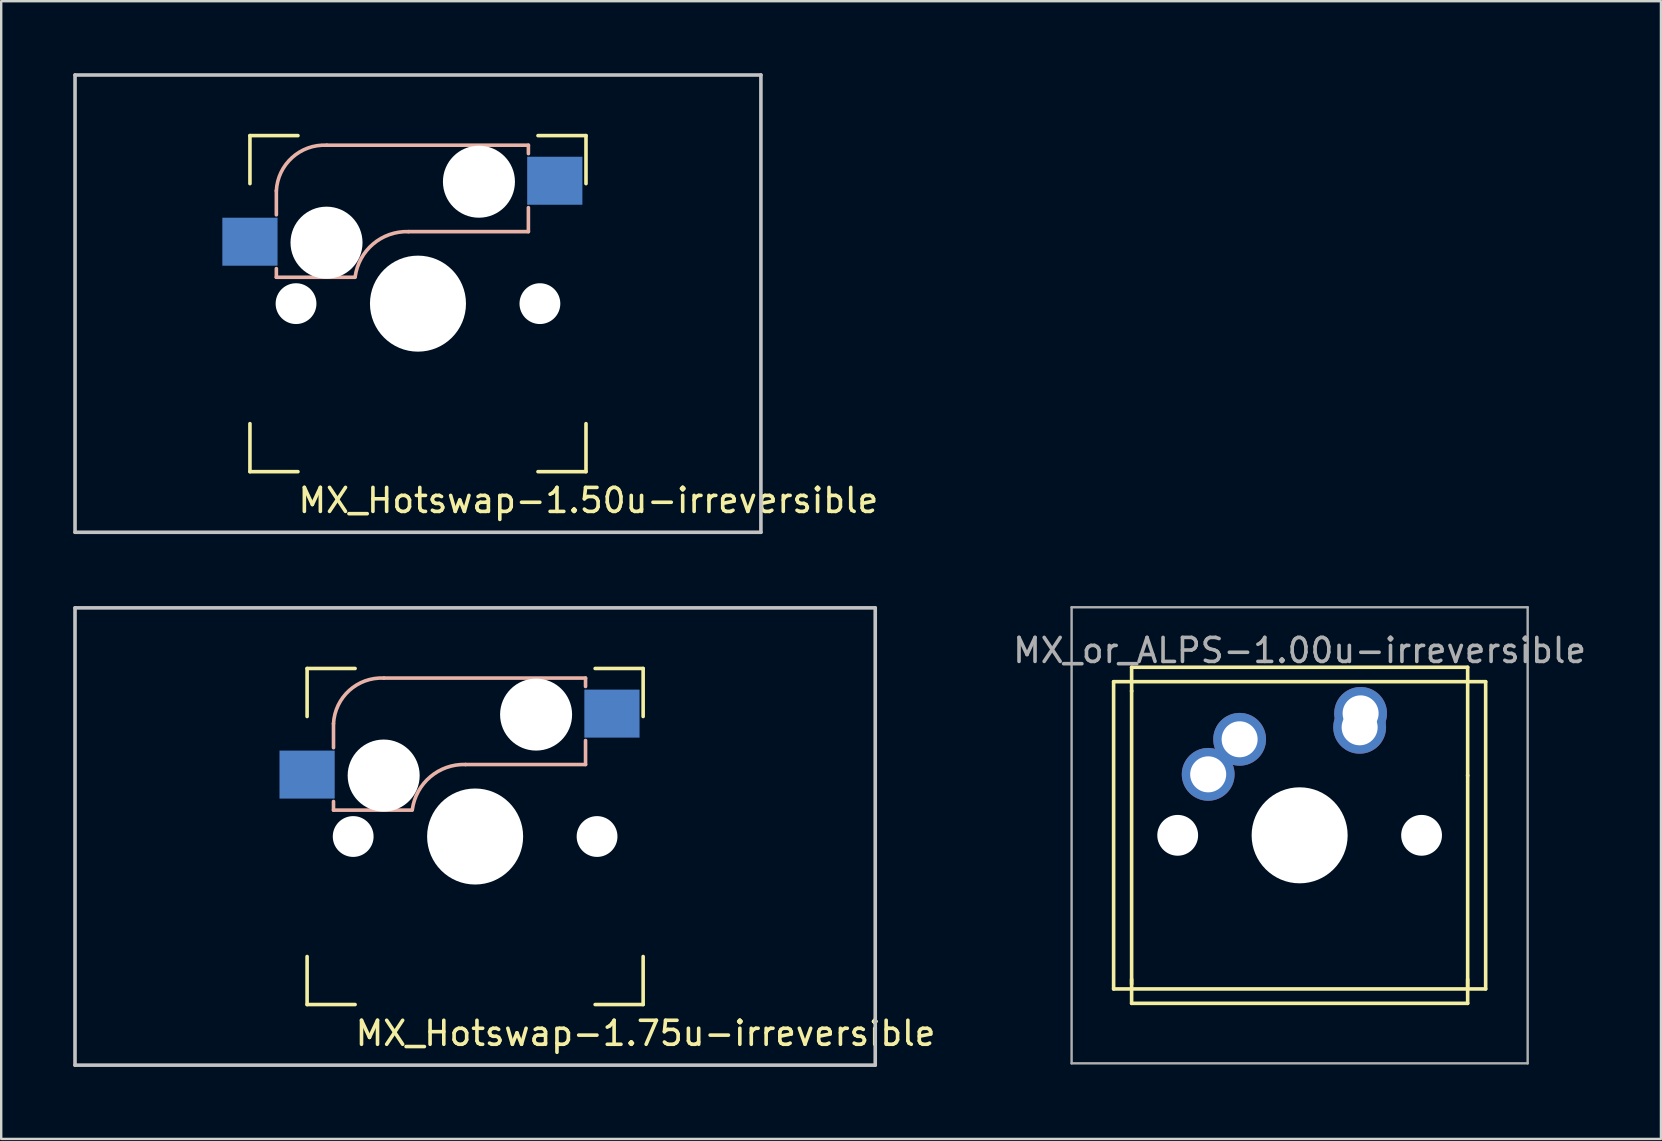
<source format=kicad_pcb>
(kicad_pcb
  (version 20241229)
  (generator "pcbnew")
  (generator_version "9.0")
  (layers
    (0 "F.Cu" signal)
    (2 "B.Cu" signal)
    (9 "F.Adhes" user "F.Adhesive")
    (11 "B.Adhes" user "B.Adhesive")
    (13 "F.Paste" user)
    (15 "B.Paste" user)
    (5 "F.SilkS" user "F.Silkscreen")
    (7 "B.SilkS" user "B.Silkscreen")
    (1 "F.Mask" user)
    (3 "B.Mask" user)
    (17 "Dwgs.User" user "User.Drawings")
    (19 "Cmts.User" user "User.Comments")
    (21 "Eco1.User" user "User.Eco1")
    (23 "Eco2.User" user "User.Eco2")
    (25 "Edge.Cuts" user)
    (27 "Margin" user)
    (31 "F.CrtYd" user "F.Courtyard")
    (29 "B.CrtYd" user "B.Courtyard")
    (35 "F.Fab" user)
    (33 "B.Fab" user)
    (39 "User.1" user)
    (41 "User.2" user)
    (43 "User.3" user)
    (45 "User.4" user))
  (footprint "MX_or_ALPS-1.00u-irreversible"
    (layer "F.Cu")
    (at 51.094 31.75)
    (property "Reference" "MX_or_ALPS-1.00u-irreversible" (at 0 -7.7 0) (layer "F.Fab") (effects (font (size 1 1) (thickness 0.15))))
    (attr through_hole)
    (fp_line (start -7.75 -6.4) (end 7.75 -6.4) (stroke (width 0.15) (type solid)) (layer "F.SilkS"))
    (fp_line (start -7.75 6.4) (end -7.75 -6.4) (stroke (width 0.15) (type solid)) (layer "F.SilkS"))
    (fp_line (start -7.75 6.4) (end 7.75 6.4) (stroke (width 0.15) (type solid)) (layer "F.SilkS"))
    (fp_line (start -7 -7) (end 7 -7) (stroke (width 0.15) (type solid)) (layer "F.SilkS"))
    (fp_line (start -7 -6.02) (end -7 6.198) (stroke (width 0.15) (type solid)) (layer "F.SilkS"))
    (fp_line (start -7 -6) (end -7 -7) (stroke (width 0.15) (type solid)) (layer "F.SilkS"))
    (fp_line (start -7 7) (end -7 6) (stroke (width 0.15) (type solid)) (layer "F.SilkS"))
    (fp_line (start -7 7) (end 7 7) (stroke (width 0.15) (type solid)) (layer "F.SilkS"))
    (fp_line (start 7 -2.5) (end 7 6.325) (stroke (width 0.15) (type solid)) (layer "F.SilkS"))
    (fp_line (start 7 -2.489) (end 7 -7) (stroke (width 0.15) (type solid)) (layer "F.SilkS"))
    (fp_line (start 7 7) (end 7 6) (stroke (width 0.15) (type solid)) (layer "F.SilkS"))
    (fp_line (start 7.75 6.4) (end 7.75 -6.4) (stroke (width 0.15) (type solid)) (layer "F.SilkS"))
    (fp_line (start -9.5 -9.5) (end 9.5 -9.5) (stroke (width 0.1) (type solid)) (layer "F.Fab"))
    (fp_line (start -9.5 9.5) (end -9.5 -9.5) (stroke (width 0.1) (type solid)) (layer "F.Fab"))
    (fp_line (start 9.5 -9.5) (end 9.5 9.5) (stroke (width 0.1) (type solid)) (layer "F.Fab"))
    (fp_line (start 9.5 9.5) (end -9.5 9.5) (stroke (width 0.1) (type solid)) (layer "F.Fab"))
    (pad "" np_thru_hole circle (at -5.08 0) (size 1.7 1.7) (drill 1.7) (layers "*.Cu" "*.Mask"))
    (pad "" np_thru_hole circle (at 0 0) (size 4 4) (drill 4) (layers "*.Cu" "*.Mask"))
    (pad "" np_thru_hole circle (at 5.08 0) (size 1.7 1.7) (drill 1.7) (layers "*.Cu" "*.Mask"))
    (pad "1" thru_hole circle (at -3.81 -2.54) (size 2.2 2.2) (drill 1.5) (layers "*.Cu" "*.Mask"))
    (pad "1" thru_hole circle (at -2.5 -4) (size 2.2 2.2) (drill 1.5) (layers "*.Cu" "*.Mask"))
    (pad "2" thru_hole circle (at 2.5 -4.5) (size 2.2 2.2) (drill 1.5) (layers "*.Cu" "*.Mask"))
    (pad "2" thru_hole circle (at 2.54 -5.08) (size 2.2 2.2) (drill 1.5) (layers "*.Cu" "*.Mask")))
  (footprint "MX_Hotswap-1.50u-irreversible"
    (layer "F.Cu")
    (at 14.363 9.6)
    (property "Reference" "MX_Hotswap-1.50u-irreversible" (at 7.1 8.2 0) (layer "F.SilkS") (effects (font (size 1 1) (thickness 0.15))))
    (attr through_hole)
    (fp_line (start -7 -7) (end -7 -5) (stroke (width 0.15) (type solid)) (layer "F.SilkS"))
    (fp_line (start -7 -7) (end -5 -7) (stroke (width 0.15) (type solid)) (layer "F.SilkS"))
    (fp_line (start -7 7) (end -7 5) (stroke (width 0.15) (type solid)) (layer "F.SilkS"))
    (fp_line (start -7 7) (end -5 7) (stroke (width 0.15) (type solid)) (layer "F.SilkS"))
    (fp_line (start 5 -7) (end 7 -7) (stroke (width 0.15) (type solid)) (layer "F.SilkS"))
    (fp_line (start 7 -7) (end 7 -5) (stroke (width 0.15) (type solid)) (layer "F.SilkS"))
    (fp_line (start 7 5) (end 7 7) (stroke (width 0.15) (type solid)) (layer "F.SilkS"))
    (fp_line (start 7 7) (end 5 7) (stroke (width 0.15) (type solid)) (layer "F.SilkS"))
    (fp_line (start -5.9 -4.7) (end -5.9 -3.7) (stroke (width 0.15) (type solid)) (layer "B.SilkS"))
    (fp_line (start -5.9 -1.1) (end -5.9 -1.46) (stroke (width 0.15) (type solid)) (layer "B.SilkS"))
    (fp_line (start -5.9 -1.1) (end -2.62 -1.1) (stroke (width 0.15) (type solid)) (layer "B.SilkS"))
    (fp_line (start -0.4 -3) (end 4.6 -3) (stroke (width 0.15) (type solid)) (layer "B.SilkS"))
    (fp_line (start 4.6 -6.6) (end -3.8 -6.6) (stroke (width 0.15) (type solid)) (layer "B.SilkS"))
    (fp_line (start 4.6 -6.25) (end 4.6 -6.6) (stroke (width 0.15) (type solid)) (layer "B.SilkS"))
    (fp_line (start 4.6 -3) (end 4.6 -4) (stroke (width 0.15) (type solid)) (layer "B.SilkS"))
    (fp_arc (start -5.9 -4.699999) (mid -5.243504 -6.084924) (end -3.800001 -6.6) (stroke (width 0.15) (type solid)) (layer "B.SilkS"))
    (fp_arc (start -2.616318 -1.121471) (mid -1.868709 -2.486118) (end -0.4 -3) (stroke (width 0.15) (type solid)) (layer "B.SilkS"))
    (fp_line (start -14.287 -9.525) (end 14.287 -9.525) (stroke (width 0.15) (type solid)) (layer "Dwgs.User"))
    (fp_line (start -14.287 9.525) (end -14.287 -9.525) (stroke (width 0.15) (type solid)) (layer "Dwgs.User"))
    (fp_line (start 14.287 -9.525) (end 14.287 9.525) (stroke (width 0.15) (type solid)) (layer "Dwgs.User"))
    (fp_line (start 14.287 9.525) (end -14.287 9.525) (stroke (width 0.15) (type solid)) (layer "Dwgs.User"))
    (pad "" np_thru_hole circle (at -5.08 0) (size 1.7 1.7) (drill 1.7) (layers "*.Cu" "*.Mask"))
    (pad "" np_thru_hole circle (at -3.81 -2.54 180) (size 3 3) (drill 3) (layers "*.Cu" "*.Mask"))
    (pad "" np_thru_hole circle (at 0 0 90) (size 4 4) (drill 4) (layers "*.Cu" "*.Mask"))
    (pad "" np_thru_hole circle (at 2.54 -5.08 180) (size 3 3) (drill 3) (layers "*.Cu" "*.Mask"))
    (pad "" np_thru_hole circle (at 5.08 0) (size 1.7 1.7) (drill 1.7) (layers "*.Cu" "*.Mask"))
    (pad "1" smd rect (at -7 -2.58 180) (size 2.3 2) (layers "B.Cu" "B.Mask" "B.Paste"))
    (pad "2" smd rect (at 5.7 -5.12 180) (size 2.3 2) (layers "B.Cu" "B.Mask" "B.Paste")))
  (footprint "MX_Hotswap-1.75u-irreversible"
    (layer "F.Cu")
    (at 16.744 31.8)
    (property "Reference" "MX_Hotswap-1.75u-irreversible" (at 7.1 8.2 0) (layer "F.SilkS") (effects (font (size 1 1) (thickness 0.15))))
    (attr through_hole)
    (fp_line (start -7 -7) (end -7 -5) (stroke (width 0.15) (type solid)) (layer "F.SilkS"))
    (fp_line (start -7 -7) (end -5 -7) (stroke (width 0.15) (type solid)) (layer "F.SilkS"))
    (fp_line (start -7 7) (end -7 5) (stroke (width 0.15) (type solid)) (layer "F.SilkS"))
    (fp_line (start -7 7) (end -5 7) (stroke (width 0.15) (type solid)) (layer "F.SilkS"))
    (fp_line (start 5 -7) (end 7 -7) (stroke (width 0.15) (type solid)) (layer "F.SilkS"))
    (fp_line (start 7 -7) (end 7 -5) (stroke (width 0.15) (type solid)) (layer "F.SilkS"))
    (fp_line (start 7 5) (end 7 7) (stroke (width 0.15) (type solid)) (layer "F.SilkS"))
    (fp_line (start 7 7) (end 5 7) (stroke (width 0.15) (type solid)) (layer "F.SilkS"))
    (fp_line (start -5.9 -4.7) (end -5.9 -3.7) (stroke (width 0.15) (type solid)) (layer "B.SilkS"))
    (fp_line (start -5.9 -1.1) (end -5.9 -1.46) (stroke (width 0.15) (type solid)) (layer "B.SilkS"))
    (fp_line (start -5.9 -1.1) (end -2.62 -1.1) (stroke (width 0.15) (type solid)) (layer "B.SilkS"))
    (fp_line (start -0.4 -3) (end 4.6 -3) (stroke (width 0.15) (type solid)) (layer "B.SilkS"))
    (fp_line (start 4.6 -6.6) (end -3.8 -6.6) (stroke (width 0.15) (type solid)) (layer "B.SilkS"))
    (fp_line (start 4.6 -6.25) (end 4.6 -6.6) (stroke (width 0.15) (type solid)) (layer "B.SilkS"))
    (fp_line (start 4.6 -3) (end 4.6 -4) (stroke (width 0.15) (type solid)) (layer "B.SilkS"))
    (fp_arc (start -5.9 -4.699999) (mid -5.243504 -6.084924) (end -3.800001 -6.6) (stroke (width 0.15) (type solid)) (layer "B.SilkS"))
    (fp_arc (start -2.616318 -1.121471) (mid -1.868709 -2.486118) (end -0.4 -3) (stroke (width 0.15) (type solid)) (layer "B.SilkS"))
    (fp_line (start -16.669 -9.525) (end 16.669 -9.525) (stroke (width 0.15) (type solid)) (layer "Dwgs.User"))
    (fp_line (start -16.669 9.525) (end -16.669 -9.525) (stroke (width 0.15) (type solid)) (layer "Dwgs.User"))
    (fp_line (start 16.669 -9.525) (end 16.669 9.525) (stroke (width 0.15) (type solid)) (layer "Dwgs.User"))
    (fp_line (start 16.669 9.525) (end -16.669 9.525) (stroke (width 0.15) (type solid)) (layer "Dwgs.User"))
    (pad "" np_thru_hole circle (at -5.08 0) (size 1.7 1.7) (drill 1.7) (layers "*.Cu" "*.Mask"))
    (pad "" np_thru_hole circle (at -3.81 -2.54 180) (size 3 3) (drill 3) (layers "*.Cu" "*.Mask"))
    (pad "" np_thru_hole circle (at 0 0 90) (size 4 4) (drill 4) (layers "*.Cu" "*.Mask"))
    (pad "" np_thru_hole circle (at 2.54 -5.08 180) (size 3 3) (drill 3) (layers "*.Cu" "*.Mask"))
    (pad "" np_thru_hole circle (at 5.08 0) (size 1.7 1.7) (drill 1.7) (layers "*.Cu" "*.Mask"))
    (pad "1" smd rect (at -7 -2.58 180) (size 2.3 2) (layers "B.Cu" "B.Mask" "B.Paste"))
    (pad "2" smd rect (at 5.7 -5.12 180) (size 2.3 2) (layers "B.Cu" "B.Mask" "B.Paste")))
  (gr_rect
    (start -3 -3)
    (end 66.147 44.4)
    (stroke (width 0.1) (type default))
    (fill no)
    (layer "Edge.Cuts")))
</source>
